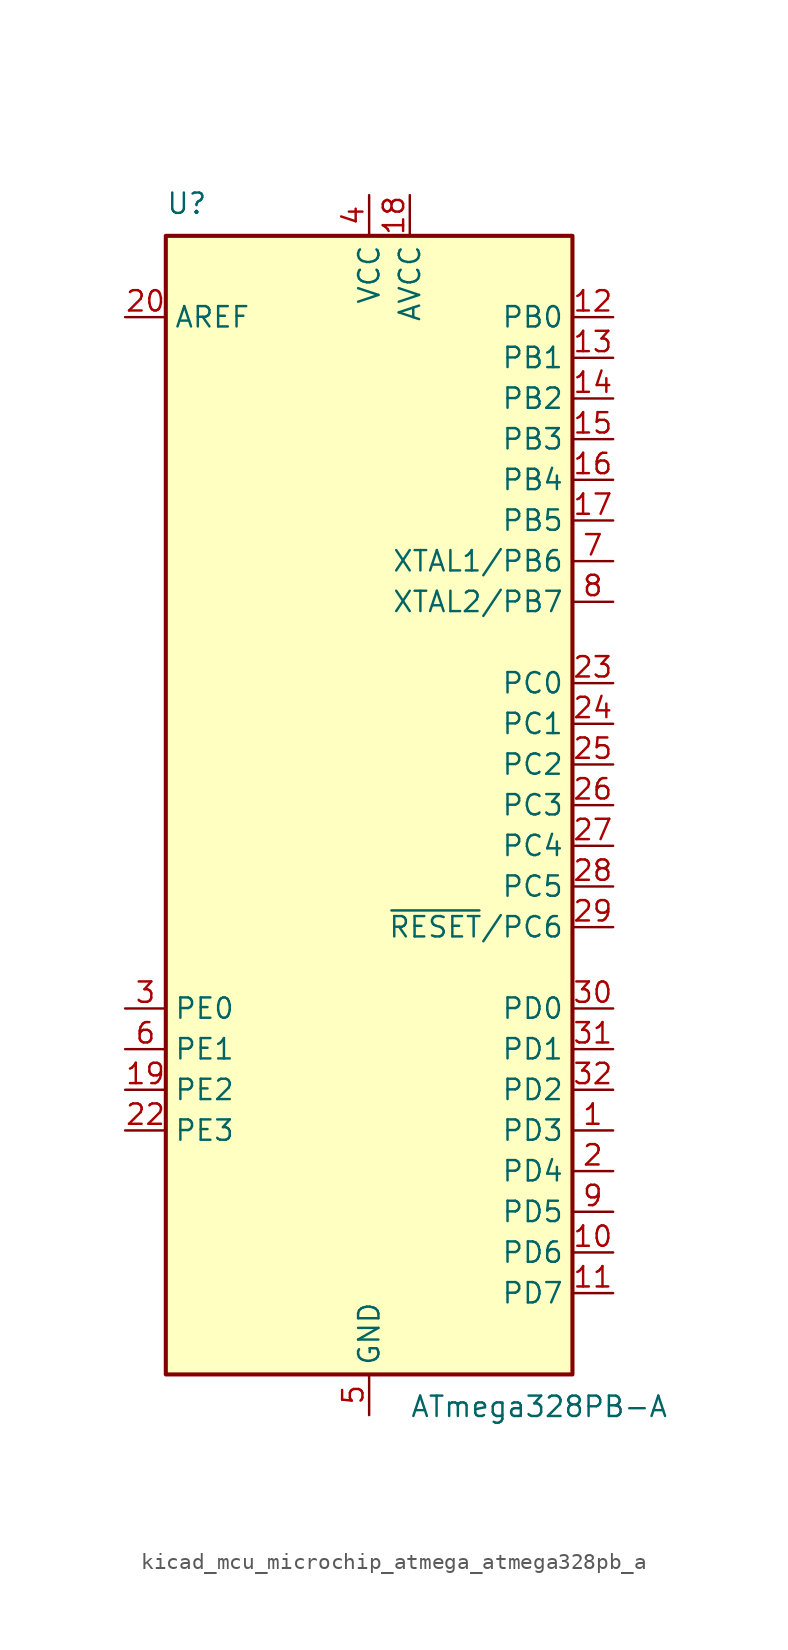
<source format=kicad_sym>
(kicad_symbol_lib
  (version 20220914)
  (generator kicad_symbol_editor)
  (symbol "kicad_mcu_microchip_atmega_atmega328pb_a"
    (property "Reference" "U"
      (at -12.7 36.83 0)
      (effects (font (size 1.27 1.27)) (justify left bottom)))
    (property "Value" "ATmega328PB-A"
      (at 2.54 -36.83 0)
      (effects (font (size 1.27 1.27)) (justify left top)))
    (symbol "kicad_mcu_microchip_atmega_atmega328pb_a_0_1"
      (rectangle (start -12.7 -35.56) (end 12.7 35.56) (stroke (width 0.254) (type default)) (fill (type background))))
    (symbol "kicad_mcu_microchip_atmega_atmega328pb_a_1_1"
      (pin bidirectional line (at 15.24 -20.32 180) (length 2.54) (name "PD3" (effects (font (size 1.27 1.27)))) (number "1" (effects (font (size 1.27 1.27)))))
      (pin bidirectional line (at 15.24 -27.94 180) (length 2.54) (name "PD6" (effects (font (size 1.27 1.27)))) (number "10" (effects (font (size 1.27 1.27)))))
      (pin bidirectional line (at 15.24 -30.48 180) (length 2.54) (name "PD7" (effects (font (size 1.27 1.27)))) (number "11" (effects (font (size 1.27 1.27)))))
      (pin bidirectional line (at 15.24 30.48 180) (length 2.54) (name "PB0" (effects (font (size 1.27 1.27)))) (number "12" (effects (font (size 1.27 1.27)))))
      (pin bidirectional line (at 15.24 27.94 180) (length 2.54) (name "PB1" (effects (font (size 1.27 1.27)))) (number "13" (effects (font (size 1.27 1.27)))))
      (pin bidirectional line (at 15.24 25.4 180) (length 2.54) (name "PB2" (effects (font (size 1.27 1.27)))) (number "14" (effects (font (size 1.27 1.27)))))
      (pin bidirectional line (at 15.24 22.86 180) (length 2.54) (name "PB3" (effects (font (size 1.27 1.27)))) (number "15" (effects (font (size 1.27 1.27)))))
      (pin bidirectional line (at 15.24 20.32 180) (length 2.54) (name "PB4" (effects (font (size 1.27 1.27)))) (number "16" (effects (font (size 1.27 1.27)))))
      (pin bidirectional line (at 15.24 17.78 180) (length 2.54) (name "PB5" (effects (font (size 1.27 1.27)))) (number "17" (effects (font (size 1.27 1.27)))))
      (pin power_in line (at 2.54 38.1 270) (length 2.54) (name "AVCC" (effects (font (size 1.27 1.27)))) (number "18" (effects (font (size 1.27 1.27)))))
      (pin bidirectional line (at -15.24 -17.78 0) (length 2.54) (name "PE2" (effects (font (size 1.27 1.27)))) (number "19" (effects (font (size 1.27 1.27)))))
      (pin bidirectional line (at 15.24 -22.86 180) (length 2.54) (name "PD4" (effects (font (size 1.27 1.27)))) (number "2" (effects (font (size 1.27 1.27)))))
      (pin passive line (at -15.24 30.48 0) (length 2.54) (name "AREF" (effects (font (size 1.27 1.27)))) (number "20" (effects (font (size 1.27 1.27)))))
      (pin passive line (at 0 -38.1 90) (length 2.54) hide (name "GND" (effects (font (size 1.27 1.27)))) (number "21" (effects (font (size 1.27 1.27)))))
      (pin bidirectional line (at -15.24 -20.32 0) (length 2.54) (name "PE3" (effects (font (size 1.27 1.27)))) (number "22" (effects (font (size 1.27 1.27)))))
      (pin bidirectional line (at 15.24 7.62 180) (length 2.54) (name "PC0" (effects (font (size 1.27 1.27)))) (number "23" (effects (font (size 1.27 1.27)))))
      (pin bidirectional line (at 15.24 5.08 180) (length 2.54) (name "PC1" (effects (font (size 1.27 1.27)))) (number "24" (effects (font (size 1.27 1.27)))))
      (pin bidirectional line (at 15.24 2.54 180) (length 2.54) (name "PC2" (effects (font (size 1.27 1.27)))) (number "25" (effects (font (size 1.27 1.27)))))
      (pin bidirectional line (at 15.24 0 180) (length 2.54) (name "PC3" (effects (font (size 1.27 1.27)))) (number "26" (effects (font (size 1.27 1.27)))))
      (pin bidirectional line (at 15.24 -2.54 180) (length 2.54) (name "PC4" (effects (font (size 1.27 1.27)))) (number "27" (effects (font (size 1.27 1.27)))))
      (pin bidirectional line (at 15.24 -5.08 180) (length 2.54) (name "PC5" (effects (font (size 1.27 1.27)))) (number "28" (effects (font (size 1.27 1.27)))))
      (pin bidirectional line (at 15.24 -7.62 180) (length 2.54) (name "~{RESET}/PC6" (effects (font (size 1.27 1.27)))) (number "29" (effects (font (size 1.27 1.27)))))
      (pin bidirectional line (at -15.24 -12.7 0) (length 2.54) (name "PE0" (effects (font (size 1.27 1.27)))) (number "3" (effects (font (size 1.27 1.27)))))
      (pin bidirectional line (at 15.24 -12.7 180) (length 2.54) (name "PD0" (effects (font (size 1.27 1.27)))) (number "30" (effects (font (size 1.27 1.27)))))
      (pin bidirectional line (at 15.24 -15.24 180) (length 2.54) (name "PD1" (effects (font (size 1.27 1.27)))) (number "31" (effects (font (size 1.27 1.27)))))
      (pin bidirectional line (at 15.24 -17.78 180) (length 2.54) (name "PD2" (effects (font (size 1.27 1.27)))) (number "32" (effects (font (size 1.27 1.27)))))
      (pin power_in line (at 0 38.1 270) (length 2.54) (name "VCC" (effects (font (size 1.27 1.27)))) (number "4" (effects (font (size 1.27 1.27)))))
      (pin power_in line (at 0 -38.1 90) (length 2.54) (name "GND" (effects (font (size 1.27 1.27)))) (number "5" (effects (font (size 1.27 1.27)))))
      (pin bidirectional line (at -15.24 -15.24 0) (length 2.54) (name "PE1" (effects (font (size 1.27 1.27)))) (number "6" (effects (font (size 1.27 1.27)))))
      (pin bidirectional line (at 15.24 15.24 180) (length 2.54) (name "XTAL1/PB6" (effects (font (size 1.27 1.27)))) (number "7" (effects (font (size 1.27 1.27)))))
      (pin bidirectional line (at 15.24 12.7 180) (length 2.54) (name "XTAL2/PB7" (effects (font (size 1.27 1.27)))) (number "8" (effects (font (size 1.27 1.27)))))
      (pin bidirectional line (at 15.24 -25.4 180) (length 2.54) (name "PD5" (effects (font (size 1.27 1.27)))) (number "9" (effects (font (size 1.27 1.27))))))))
</source>
